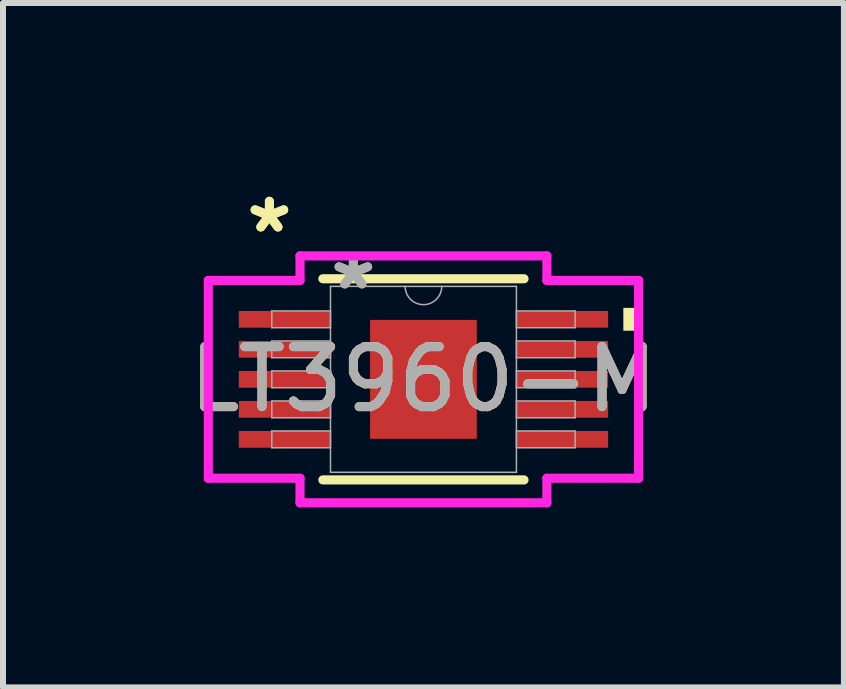
<source format=kicad_pcb>
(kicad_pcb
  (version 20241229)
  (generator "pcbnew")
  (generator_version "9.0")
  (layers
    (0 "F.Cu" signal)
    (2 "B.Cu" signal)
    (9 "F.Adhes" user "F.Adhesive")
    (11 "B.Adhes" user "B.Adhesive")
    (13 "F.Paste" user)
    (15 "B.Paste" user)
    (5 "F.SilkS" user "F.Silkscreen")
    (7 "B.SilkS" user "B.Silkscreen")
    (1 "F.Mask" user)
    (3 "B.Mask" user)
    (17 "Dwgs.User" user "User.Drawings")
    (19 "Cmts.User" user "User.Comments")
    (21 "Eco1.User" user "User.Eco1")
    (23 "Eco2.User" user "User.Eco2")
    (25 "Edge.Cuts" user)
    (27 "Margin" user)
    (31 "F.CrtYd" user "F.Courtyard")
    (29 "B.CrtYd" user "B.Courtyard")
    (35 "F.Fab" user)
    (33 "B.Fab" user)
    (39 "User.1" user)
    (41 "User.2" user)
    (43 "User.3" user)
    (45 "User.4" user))
  (footprint "LT3960-M"
    (layer "F.Cu")
    (at 4.006 3.271)
    (property "Reference" "LT3960-M" (at 0 0 0) (unlocked yes) (layer "F.SilkS") (effects (font (size 1 1) (thickness 0.15))))
    (attr smd)
    (fp_line (start -1.676 1.676) (end 1.676 1.676) (stroke (width 0.152) (type solid)) (layer "F.SilkS"))
    (fp_line (start 1.676 -1.676) (end -1.676 -1.676) (stroke (width 0.152) (type solid)) (layer "F.SilkS"))
    (fp_poly (pts (xy 3.585 -1.191) (xy 3.585 -0.81) (xy 3.331 -0.81) (xy 3.331 -1.191)) (stroke (width 0) (type solid)) (fill yes) (layer "F.SilkS"))
    (fp_line (start -3.585 -1.648) (end -2.057 -1.648) (stroke (width 0.152) (type solid)) (layer "F.CrtYd"))
    (fp_line (start -3.585 1.648) (end -3.585 -1.648) (stroke (width 0.152) (type solid)) (layer "F.CrtYd"))
    (fp_line (start -3.585 1.648) (end -2.057 1.648) (stroke (width 0.152) (type solid)) (layer "F.CrtYd"))
    (fp_line (start -2.057 -2.057) (end 2.057 -2.057) (stroke (width 0.152) (type solid)) (layer "F.CrtYd"))
    (fp_line (start -2.057 -1.648) (end -2.057 -2.057) (stroke (width 0.152) (type solid)) (layer "F.CrtYd"))
    (fp_line (start -2.057 2.057) (end -2.057 1.648) (stroke (width 0.152) (type solid)) (layer "F.CrtYd"))
    (fp_line (start 2.057 -2.057) (end 2.057 -1.648) (stroke (width 0.152) (type solid)) (layer "F.CrtYd"))
    (fp_line (start 2.057 1.648) (end 2.057 2.057) (stroke (width 0.152) (type solid)) (layer "F.CrtYd"))
    (fp_line (start 2.057 2.057) (end -2.057 2.057) (stroke (width 0.152) (type solid)) (layer "F.CrtYd"))
    (fp_line (start 3.585 -1.648) (end 2.057 -1.648) (stroke (width 0.152) (type solid)) (layer "F.CrtYd"))
    (fp_line (start 3.585 -1.648) (end 3.585 1.648) (stroke (width 0.152) (type solid)) (layer "F.CrtYd"))
    (fp_line (start 3.585 1.648) (end 2.057 1.648) (stroke (width 0.152) (type solid)) (layer "F.CrtYd"))
    (fp_line (start -2.527 -1.14) (end -2.527 -0.86) (stroke (width 0.025) (type solid)) (layer "F.Fab"))
    (fp_line (start -2.527 -0.86) (end -1.549 -0.86) (stroke (width 0.025) (type solid)) (layer "F.Fab"))
    (fp_line (start -2.527 -0.64) (end -2.527 -0.36) (stroke (width 0.025) (type solid)) (layer "F.Fab"))
    (fp_line (start -2.527 -0.36) (end -1.549 -0.36) (stroke (width 0.025) (type solid)) (layer "F.Fab"))
    (fp_line (start -2.527 -0.14) (end -2.527 0.14) (stroke (width 0.025) (type solid)) (layer "F.Fab"))
    (fp_line (start -2.527 0.14) (end -1.549 0.14) (stroke (width 0.025) (type solid)) (layer "F.Fab"))
    (fp_line (start -2.527 0.36) (end -2.527 0.64) (stroke (width 0.025) (type solid)) (layer "F.Fab"))
    (fp_line (start -2.527 0.64) (end -1.549 0.64) (stroke (width 0.025) (type solid)) (layer "F.Fab"))
    (fp_line (start -2.527 0.86) (end -2.527 1.14) (stroke (width 0.025) (type solid)) (layer "F.Fab"))
    (fp_line (start -2.527 1.14) (end -1.549 1.14) (stroke (width 0.025) (type solid)) (layer "F.Fab"))
    (fp_line (start -1.549 -1.549) (end -1.549 1.549) (stroke (width 0.025) (type solid)) (layer "F.Fab"))
    (fp_line (start -1.549 -1.14) (end -2.527 -1.14) (stroke (width 0.025) (type solid)) (layer "F.Fab"))
    (fp_line (start -1.549 -0.86) (end -1.549 -1.14) (stroke (width 0.025) (type solid)) (layer "F.Fab"))
    (fp_line (start -1.549 -0.64) (end -2.527 -0.64) (stroke (width 0.025) (type solid)) (layer "F.Fab"))
    (fp_line (start -1.549 -0.36) (end -1.549 -0.64) (stroke (width 0.025) (type solid)) (layer "F.Fab"))
    (fp_line (start -1.549 -0.14) (end -2.527 -0.14) (stroke (width 0.025) (type solid)) (layer "F.Fab"))
    (fp_line (start -1.549 0.14) (end -1.549 -0.14) (stroke (width 0.025) (type solid)) (layer "F.Fab"))
    (fp_line (start -1.549 0.36) (end -2.527 0.36) (stroke (width 0.025) (type solid)) (layer "F.Fab"))
    (fp_line (start -1.549 0.64) (end -1.549 0.36) (stroke (width 0.025) (type solid)) (layer "F.Fab"))
    (fp_line (start -1.549 0.86) (end -2.527 0.86) (stroke (width 0.025) (type solid)) (layer "F.Fab"))
    (fp_line (start -1.549 1.14) (end -1.549 0.86) (stroke (width 0.025) (type solid)) (layer "F.Fab"))
    (fp_line (start -1.549 1.549) (end 1.549 1.549) (stroke (width 0.025) (type solid)) (layer "F.Fab"))
    (fp_line (start 1.549 -1.549) (end -1.549 -1.549) (stroke (width 0.025) (type solid)) (layer "F.Fab"))
    (fp_line (start 1.549 -1.14) (end 1.549 -0.86) (stroke (width 0.025) (type solid)) (layer "F.Fab"))
    (fp_line (start 1.549 -0.86) (end 2.527 -0.86) (stroke (width 0.025) (type solid)) (layer "F.Fab"))
    (fp_line (start 1.549 -0.64) (end 1.549 -0.36) (stroke (width 0.025) (type solid)) (layer "F.Fab"))
    (fp_line (start 1.549 -0.36) (end 2.527 -0.36) (stroke (width 0.025) (type solid)) (layer "F.Fab"))
    (fp_line (start 1.549 -0.14) (end 1.549 0.14) (stroke (width 0.025) (type solid)) (layer "F.Fab"))
    (fp_line (start 1.549 0.14) (end 2.527 0.14) (stroke (width 0.025) (type solid)) (layer "F.Fab"))
    (fp_line (start 1.549 0.36) (end 1.549 0.64) (stroke (width 0.025) (type solid)) (layer "F.Fab"))
    (fp_line (start 1.549 0.64) (end 2.527 0.64) (stroke (width 0.025) (type solid)) (layer "F.Fab"))
    (fp_line (start 1.549 0.86) (end 1.549 1.14) (stroke (width 0.025) (type solid)) (layer "F.Fab"))
    (fp_line (start 1.549 1.14) (end 2.527 1.14) (stroke (width 0.025) (type solid)) (layer "F.Fab"))
    (fp_line (start 1.549 1.549) (end 1.549 -1.549) (stroke (width 0.025) (type solid)) (layer "F.Fab"))
    (fp_line (start 2.527 -1.14) (end 1.549 -1.14) (stroke (width 0.025) (type solid)) (layer "F.Fab"))
    (fp_line (start 2.527 -0.86) (end 2.527 -1.14) (stroke (width 0.025) (type solid)) (layer "F.Fab"))
    (fp_line (start 2.527 -0.64) (end 1.549 -0.64) (stroke (width 0.025) (type solid)) (layer "F.Fab"))
    (fp_line (start 2.527 -0.36) (end 2.527 -0.64) (stroke (width 0.025) (type solid)) (layer "F.Fab"))
    (fp_line (start 2.527 -0.14) (end 1.549 -0.14) (stroke (width 0.025) (type solid)) (layer "F.Fab"))
    (fp_line (start 2.527 0.14) (end 2.527 -0.14) (stroke (width 0.025) (type solid)) (layer "F.Fab"))
    (fp_line (start 2.527 0.36) (end 1.549 0.36) (stroke (width 0.025) (type solid)) (layer "F.Fab"))
    (fp_line (start 2.527 0.64) (end 2.527 0.36) (stroke (width 0.025) (type solid)) (layer "F.Fab"))
    (fp_line (start 2.527 0.86) (end 1.549 0.86) (stroke (width 0.025) (type solid)) (layer "F.Fab"))
    (fp_line (start 2.527 1.14) (end 2.527 0.86) (stroke (width 0.025) (type solid)) (layer "F.Fab"))
    (fp_arc (start 0.3048 -1.5494) (mid 0 -1.2446) (end -0.3048 -1.5494) (stroke (width 0.0254) (type solid)) (layer "F.Fab"))
    (fp_text user "*" (at -2.567 -2.422 0) (layer "F.SilkS") (effects (font (size 1 1) (thickness 0.15))))
    (fp_text user "*" (at -2.567 -2.422 0) (unlocked yes) (layer "F.SilkS") (effects (font (size 1 1) (thickness 0.15))))
    (fp_text user "${REFERENCE}" (at 0 0 0) (unlocked yes) (layer "F.Fab") (effects (font (size 1 1) (thickness 0.15))))
    (fp_text user "*" (at -1.168 -1.473 0) (unlocked yes) (layer "F.Fab") (effects (font (size 1 1) (thickness 0.15))))
    (fp_text user "*" (at -1.168 -1.473 0) (layer "F.Fab") (effects (font (size 1 1) (thickness 0.15))))
    (pad "1" smd rect (at -2.313 -1) (size 1.528 0.279) (layers "F.Cu" "F.Mask" "F.Paste"))
    (pad "2" smd rect (at -2.313 -0.5) (size 1.528 0.279) (layers "F.Cu" "F.Mask" "F.Paste"))
    (pad "3" smd rect (at -2.313 0) (size 1.528 0.279) (layers "F.Cu" "F.Mask" "F.Paste"))
    (pad "4" smd rect (at -2.313 0.5) (size 1.528 0.279) (layers "F.Cu" "F.Mask" "F.Paste"))
    (pad "5" smd rect (at -2.313 1) (size 1.528 0.279) (layers "F.Cu" "F.Mask" "F.Paste"))
    (pad "6" smd rect (at 2.313 1) (size 1.528 0.279) (layers "F.Cu" "F.Mask" "F.Paste"))
    (pad "7" smd rect (at 2.313 0.5) (size 1.528 0.279) (layers "F.Cu" "F.Mask" "F.Paste"))
    (pad "8" smd rect (at 2.313 0) (size 1.528 0.279) (layers "F.Cu" "F.Mask" "F.Paste"))
    (pad "9" smd rect (at 2.313 -0.5) (size 1.528 0.279) (layers "F.Cu" "F.Mask" "F.Paste"))
    (pad "10" smd rect (at 2.313 -1) (size 1.528 0.279) (layers "F.Cu" "F.Mask" "F.Paste"))
    (pad "11" smd rect (at 0 0) (size 1.778 1.981) (layers "F.Cu" "F.Mask" "F.Paste")))
  (gr_rect
    (start -3 -3)
    (end 11.012 8.404)
    (stroke (width 0.1) (type default))
    (fill no)
    (layer "Edge.Cuts")))
</source>
